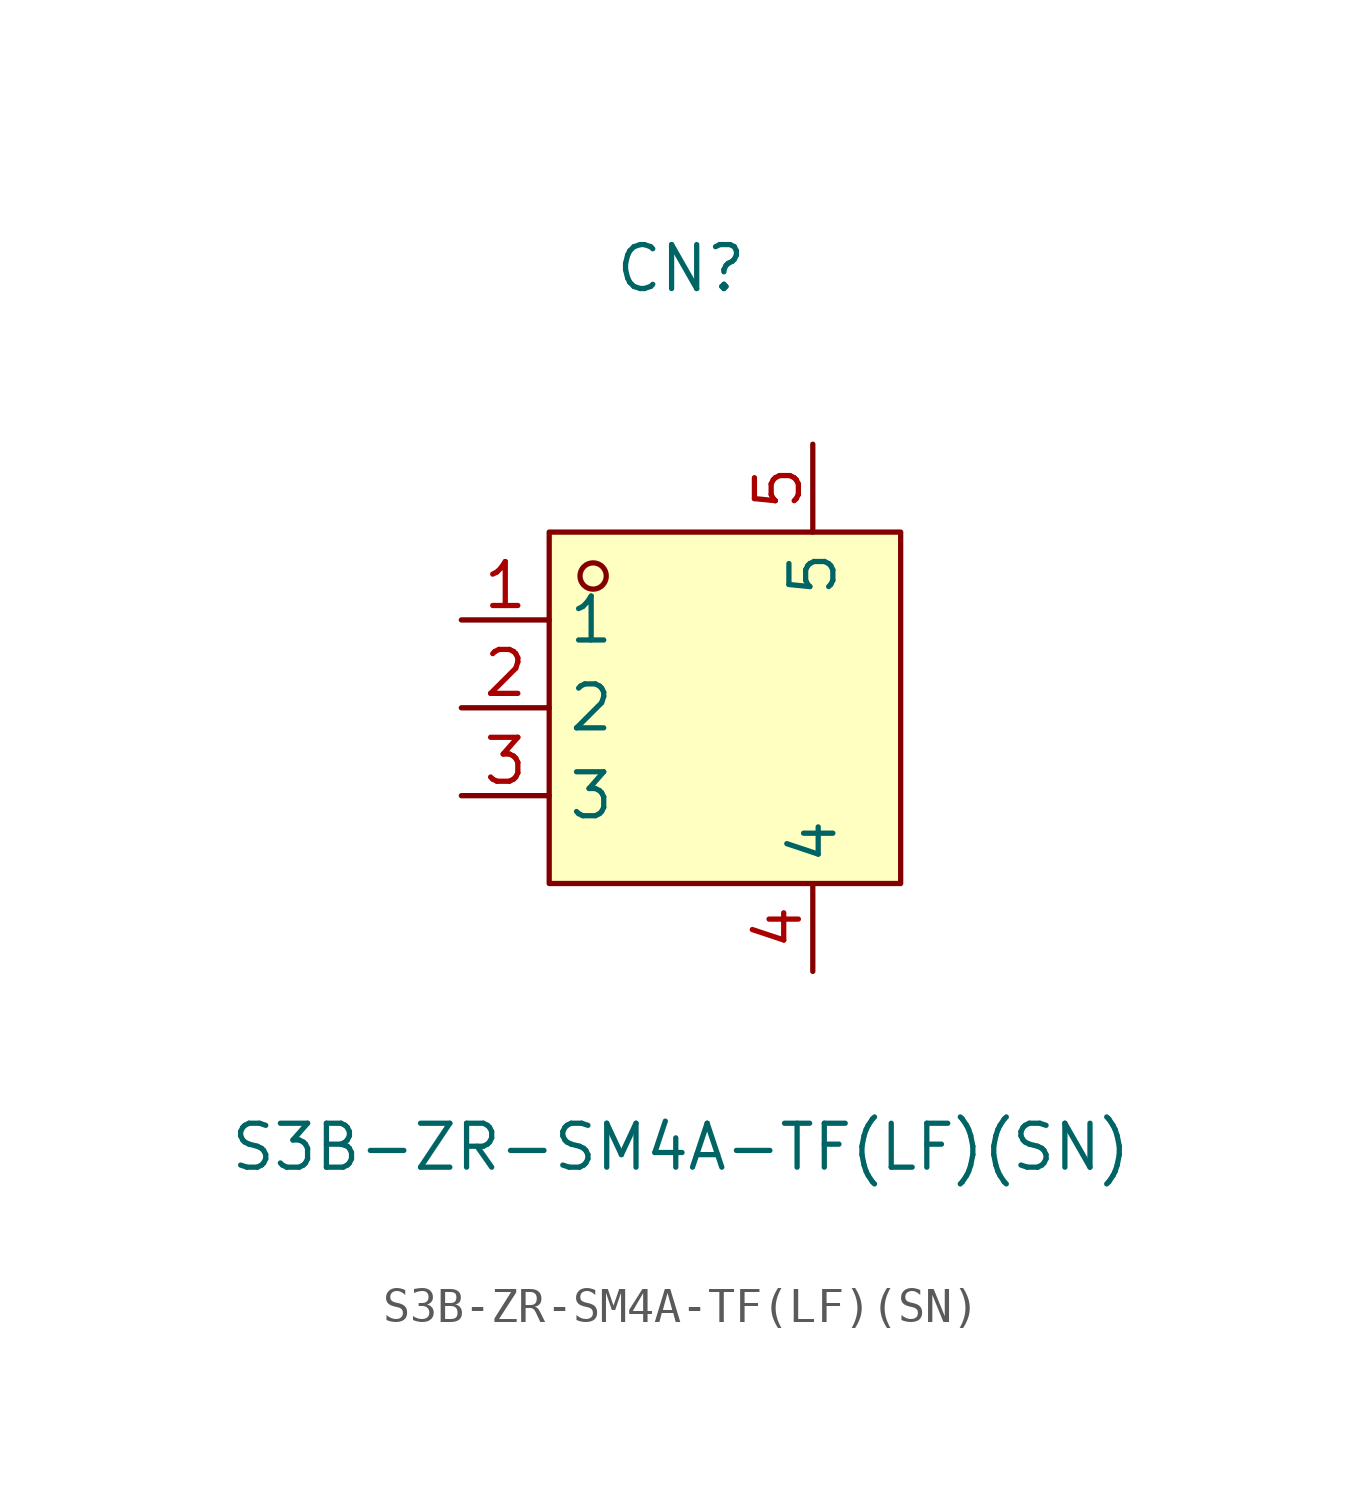
<source format=kicad_sym>
(kicad_symbol_lib
  (version 20211014)
  (generator https://github.com/uPesy/easyeda2kicad.py)
  (symbol "S3B-ZR-SM4A-TF(LF)(SN)"
    (property "Reference" "CN"
      (at 0 12.70 0)
      (effects (font (size 1.27 1.27))))
    (property "Value" "S3B-ZR-SM4A-TF(LF)(SN)"
      (at 0 -12.70 0)
      (effects (font (size 1.27 1.27))))
    (symbol "S3B-ZR-SM4A-TF(LF)(SN)_0_1"
      (rectangle (start -3.81 5.08) (end 6.35 -5.08) (stroke (width 0) (type default) (color 0 0 0 0)) (fill (type background)))
      (circle (center -2.54 3.81) (radius 0.38) (stroke (width 0) (type default) (color 0 0 0 0)) (fill (type none)))
      (pin unspecified line (at -6.35 2.54 0) (length 2.54) (name "1" (effects (font (size 1.27 1.27)))) (number "1" (effects (font (size 1.27 1.27)))))
      (pin unspecified line (at -6.35 -0.00 0) (length 2.54) (name "2" (effects (font (size 1.27 1.27)))) (number "2" (effects (font (size 1.27 1.27)))))
      (pin unspecified line (at -6.35 -2.54 0) (length 2.54) (name "3" (effects (font (size 1.27 1.27)))) (number "3" (effects (font (size 1.27 1.27)))))
      (pin unspecified line (at 3.81 -7.62 90) (length 2.54) (name "4" (effects (font (size 1.27 1.27)))) (number "4" (effects (font (size 1.27 1.27)))))
      (pin unspecified line (at 3.81 7.62 270) (length 2.54) (name "5" (effects (font (size 1.27 1.27)))) (number "5" (effects (font (size 1.27 1.27))))))))
</source>
